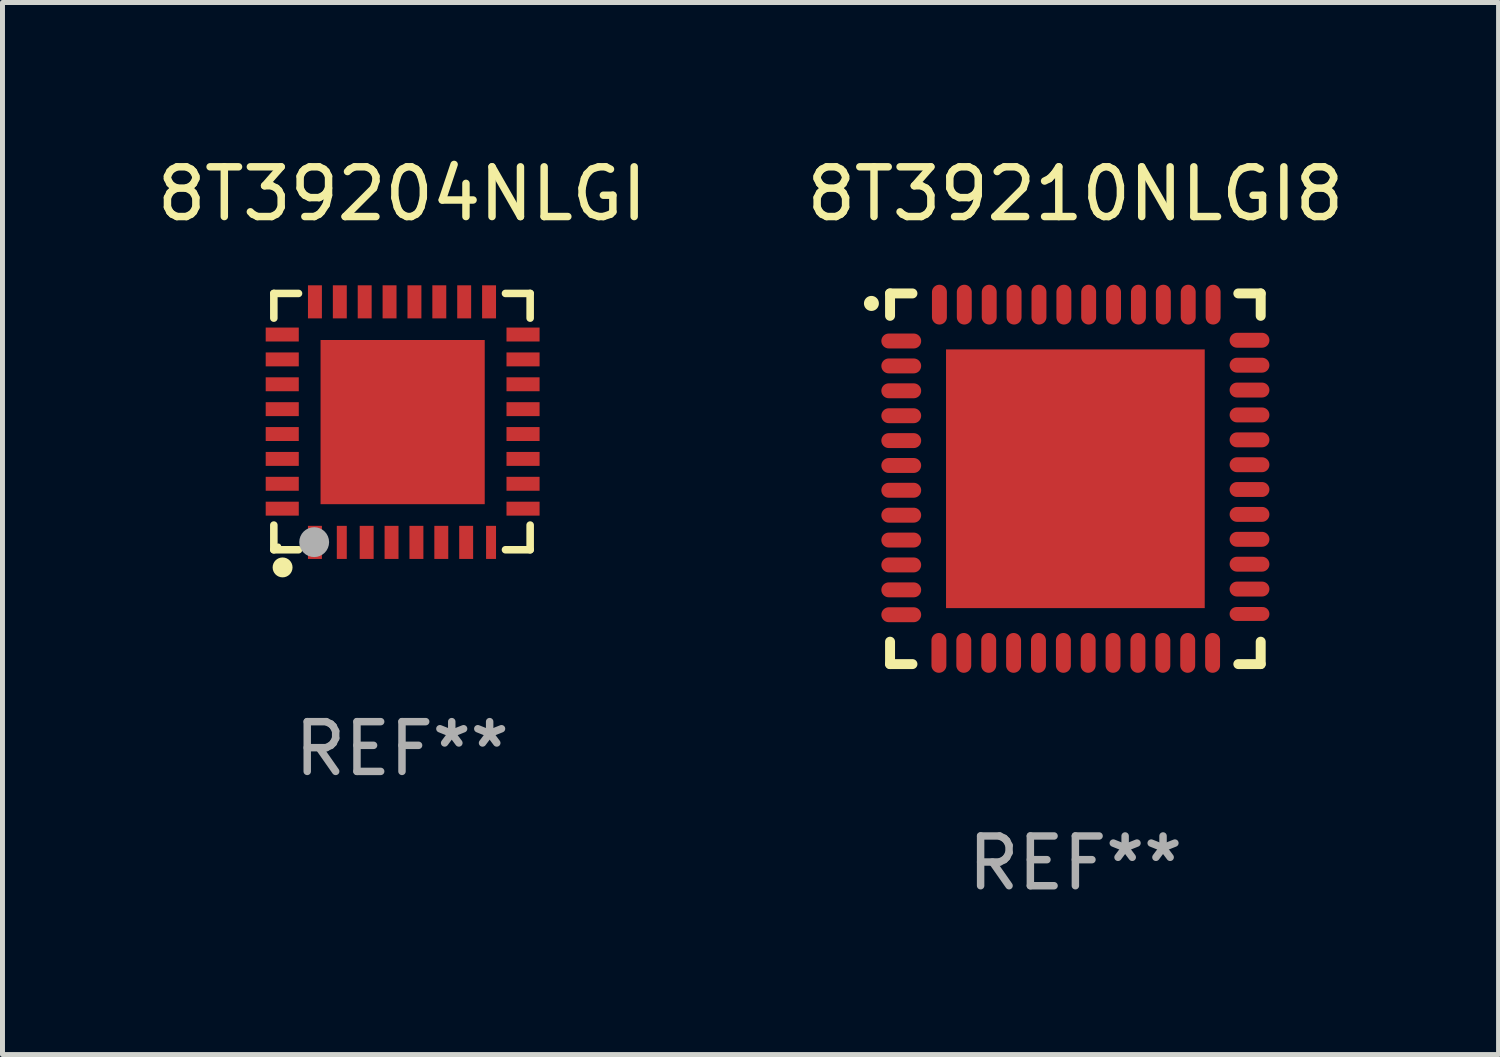
<source format=kicad_pcb>
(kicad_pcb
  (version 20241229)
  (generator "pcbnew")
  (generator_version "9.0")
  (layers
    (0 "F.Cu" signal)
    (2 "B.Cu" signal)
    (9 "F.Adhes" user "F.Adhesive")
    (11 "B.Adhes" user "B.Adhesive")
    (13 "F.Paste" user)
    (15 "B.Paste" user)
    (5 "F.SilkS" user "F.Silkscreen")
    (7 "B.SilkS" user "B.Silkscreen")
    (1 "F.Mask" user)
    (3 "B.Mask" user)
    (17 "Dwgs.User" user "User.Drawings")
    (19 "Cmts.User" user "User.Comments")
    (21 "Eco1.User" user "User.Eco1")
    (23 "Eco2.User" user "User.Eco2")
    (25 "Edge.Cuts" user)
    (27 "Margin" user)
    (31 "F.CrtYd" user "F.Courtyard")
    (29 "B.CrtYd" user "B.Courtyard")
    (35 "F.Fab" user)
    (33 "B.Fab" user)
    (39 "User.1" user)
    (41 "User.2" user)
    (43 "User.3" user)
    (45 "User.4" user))
  (footprint "8T39204NLGI"
    (layer "F.Cu")
    (at 5.03 5.424)
    (property "Reference" "8T39204NLGI" (at 0 -4.576 0) (layer "F.SilkS") (effects (font (size 1 1) (thickness 0.15))))
    (attr through_hole)
    (fp_line (start -2.576 -2.576) (end -2.576 -2.08) (stroke (width 0.152) (type solid)) (layer "F.SilkS"))
    (fp_line (start -2.576 2.576) (end -2.576 2.08) (stroke (width 0.152) (type solid)) (layer "F.SilkS"))
    (fp_line (start -2.08 -2.576) (end -2.576 -2.576) (stroke (width 0.152) (type solid)) (layer "F.SilkS"))
    (fp_line (start -2.08 2.576) (end -2.576 2.576) (stroke (width 0.152) (type solid)) (layer "F.SilkS"))
    (fp_line (start 2.08 -2.576) (end 2.576 -2.576) (stroke (width 0.152) (type solid)) (layer "F.SilkS"))
    (fp_line (start 2.08 2.576) (end 2.576 2.576) (stroke (width 0.152) (type solid)) (layer "F.SilkS"))
    (fp_line (start 2.576 -2.576) (end 2.576 -2.08) (stroke (width 0.152) (type solid)) (layer "F.SilkS"))
    (fp_line (start 2.576 2.576) (end 2.576 2.08) (stroke (width 0.152) (type solid)) (layer "F.SilkS"))
    (fp_circle (center -2.487 2.51) (end -2.457 2.51) (stroke (width 0.06) (type solid)) (fill no) (layer "F.SilkS"))
    (fp_circle (center -2.4 2.931) (end -2.3 2.931) (stroke (width 0.2) (type solid)) (fill no) (layer "F.SilkS"))
    (fp_circle (center -1.765 2.423) (end -1.615 2.423) (stroke (width 0.3) (type solid)) (fill no) (layer "F.Fab"))
    (fp_text user "REF**" (at 0 6.576 0) (layer "F.Fab") (effects (font (size 1 1) (thickness 0.15))))
    (pad "1" smd rect (at -1.75 2.428) (size 0.28 0.665) (layers "F.Cu" "F.Mask" "F.Paste"))
    (pad "2" smd rect (at -1.21 2.428) (size 0.2 0.665) (layers "F.Cu" "F.Mask" "F.Paste"))
    (pad "3" smd rect (at -0.71 2.428) (size 0.28 0.665) (layers "F.Cu" "F.Mask" "F.Paste"))
    (pad "4" smd rect (at -0.21 2.428) (size 0.28 0.665) (layers "F.Cu" "F.Mask" "F.Paste"))
    (pad "5" smd rect (at 0.29 2.428) (size 0.28 0.665) (layers "F.Cu" "F.Mask" "F.Paste"))
    (pad "6" smd rect (at 0.79 2.428) (size 0.28 0.665) (layers "F.Cu" "F.Mask" "F.Paste"))
    (pad "7" smd rect (at 1.29 2.428) (size 0.28 0.665) (layers "F.Cu" "F.Mask" "F.Paste"))
    (pad "8" smd rect (at 1.79 2.428) (size 0.2 0.665) (layers "F.Cu" "F.Mask" "F.Paste"))
    (pad "9" smd rect (at 2.433 1.75) (size 0.665 0.28) (layers "F.Cu" "F.Mask" "F.Paste"))
    (pad "10" smd rect (at 2.433 1.25) (size 0.665 0.28) (layers "F.Cu" "F.Mask" "F.Paste"))
    (pad "11" smd rect (at 2.433 0.75) (size 0.665 0.28) (layers "F.Cu" "F.Mask" "F.Paste"))
    (pad "12" smd rect (at 2.433 0.25) (size 0.665 0.28) (layers "F.Cu" "F.Mask" "F.Paste"))
    (pad "13" smd rect (at 2.433 -0.25) (size 0.665 0.28) (layers "F.Cu" "F.Mask" "F.Paste"))
    (pad "14" smd rect (at 2.433 -0.75) (size 0.665 0.28) (layers "F.Cu" "F.Mask" "F.Paste"))
    (pad "15" smd rect (at 2.433 -1.25) (size 0.665 0.28) (layers "F.Cu" "F.Mask" "F.Paste"))
    (pad "16" smd rect (at 2.433 -1.75) (size 0.665 0.28) (layers "F.Cu" "F.Mask" "F.Paste"))
    (pad "17" smd rect (at 1.75 -2.407) (size 0.28 0.665) (layers "F.Cu" "F.Mask" "F.Paste"))
    (pad "18" smd rect (at 1.25 -2.407) (size 0.28 0.665) (layers "F.Cu" "F.Mask" "F.Paste"))
    (pad "19" smd rect (at 0.75 -2.407) (size 0.28 0.665) (layers "F.Cu" "F.Mask" "F.Paste"))
    (pad "20" smd rect (at 0.25 -2.407) (size 0.28 0.665) (layers "F.Cu" "F.Mask" "F.Paste"))
    (pad "21" smd rect (at -0.25 -2.407) (size 0.28 0.665) (layers "F.Cu" "F.Mask" "F.Paste"))
    (pad "22" smd rect (at -0.75 -2.407) (size 0.28 0.665) (layers "F.Cu" "F.Mask" "F.Paste"))
    (pad "23" smd rect (at -1.25 -2.407) (size 0.28 0.665) (layers "F.Cu" "F.Mask" "F.Paste"))
    (pad "24" smd rect (at -1.75 -2.407) (size 0.28 0.665) (layers "F.Cu" "F.Mask" "F.Paste"))
    (pad "25" smd rect (at -2.407 -1.75) (size 0.665 0.28) (layers "F.Cu" "F.Mask" "F.Paste"))
    (pad "26" smd rect (at -2.407 -1.25) (size 0.665 0.28) (layers "F.Cu" "F.Mask" "F.Paste"))
    (pad "27" smd rect (at -2.407 -0.75) (size 0.665 0.28) (layers "F.Cu" "F.Mask" "F.Paste"))
    (pad "28" smd rect (at -2.407 -0.25) (size 0.665 0.28) (layers "F.Cu" "F.Mask" "F.Paste"))
    (pad "29" smd rect (at -2.407 0.25) (size 0.665 0.28) (layers "F.Cu" "F.Mask" "F.Paste"))
    (pad "30" smd rect (at -2.407 0.75) (size 0.665 0.28) (layers "F.Cu" "F.Mask" "F.Paste"))
    (pad "31" smd rect (at -2.407 1.25) (size 0.665 0.28) (layers "F.Cu" "F.Mask" "F.Paste"))
    (pad "32" smd rect (at -2.407 1.75) (size 0.665 0.28) (layers "F.Cu" "F.Mask" "F.Paste"))
    (pad "33" smd rect (at 0.013 0.01) (size 3.3 3.3) (layers "F.Cu" "F.Mask" "F.Paste")))
  (footprint "8T39210NLGI8"
    (layer "F.Cu")
    (at 18.565 6.573)
    (property "Reference" "8T39210NLGI8" (at 0 -5.725 0) (layer "F.SilkS") (effects (font (size 1 1) (thickness 0.15))))
    (attr through_hole)
    (fp_line (start -3.725 -3.725) (end -3.275 -3.725) (stroke (width 0.2) (type solid)) (layer "F.SilkS"))
    (fp_line (start -3.725 -3.275) (end -3.725 -3.725) (stroke (width 0.2) (type solid)) (layer "F.SilkS"))
    (fp_line (start -3.725 3.275) (end -3.725 3.725) (stroke (width 0.2) (type solid)) (layer "F.SilkS"))
    (fp_line (start -3.725 3.725) (end -3.275 3.725) (stroke (width 0.2) (type solid)) (layer "F.SilkS"))
    (fp_line (start 3.275 -3.725) (end 3.725 -3.725) (stroke (width 0.2) (type solid)) (layer "F.SilkS"))
    (fp_line (start 3.275 3.725) (end 3.725 3.725) (stroke (width 0.2) (type solid)) (layer "F.SilkS"))
    (fp_line (start 3.725 -3.725) (end 3.725 -3.275) (stroke (width 0.2) (type solid)) (layer "F.SilkS"))
    (fp_line (start 3.725 3.725) (end 3.725 3.275) (stroke (width 0.2) (type solid)) (layer "F.SilkS"))
    (fp_arc (start -4.099568 -3.522987) (mid -4.099573 -3.524257) (end -4.099568 -3.525527) (stroke (width 0.3) (type solid)) (layer "F.SilkS"))
    (fp_text user "REF**" (at 0 7.725 0) (layer "F.Fab") (effects (font (size 1 1) (thickness 0.15))))
    (pad "1" smd oval (at -3.5 -2.769 90) (size 0.3 0.8) (layers "F.Cu" "F.Mask" "F.Paste"))
    (pad "2" smd oval (at -3.5 -2.268 90) (size 0.3 0.8) (layers "F.Cu" "F.Mask" "F.Paste"))
    (pad "3" smd oval (at -3.5 -1.768 90) (size 0.3 0.8) (layers "F.Cu" "F.Mask" "F.Paste"))
    (pad "4" smd oval (at -3.5 -1.267 90) (size 0.3 0.8) (layers "F.Cu" "F.Mask" "F.Paste"))
    (pad "5" smd oval (at -3.5 -0.767 90) (size 0.3 0.8) (layers "F.Cu" "F.Mask" "F.Paste"))
    (pad "6" smd oval (at -3.5 -0.267 90) (size 0.3 0.8) (layers "F.Cu" "F.Mask" "F.Paste"))
    (pad "7" smd oval (at -3.5 0.231 90) (size 0.3 0.8) (layers "F.Cu" "F.Mask" "F.Paste"))
    (pad "8" smd oval (at -3.5 0.732 90) (size 0.3 0.8) (layers "F.Cu" "F.Mask" "F.Paste"))
    (pad "9" smd oval (at -3.5 1.232 90) (size 0.3 0.8) (layers "F.Cu" "F.Mask" "F.Paste"))
    (pad "10" smd oval (at -3.5 1.732 90) (size 0.3 0.8) (layers "F.Cu" "F.Mask" "F.Paste"))
    (pad "11" smd oval (at -3.5 2.233 90) (size 0.3 0.8) (layers "F.Cu" "F.Mask" "F.Paste"))
    (pad "12" smd oval (at -3.5 2.733 90) (size 0.3 0.8) (layers "F.Cu" "F.Mask" "F.Paste"))
    (pad "13" smd oval (at -2.743 3.5) (size 0.3 0.8) (layers "F.Cu" "F.Mask" "F.Paste"))
    (pad "14" smd oval (at -2.243 3.5) (size 0.3 0.8) (layers "F.Cu" "F.Mask" "F.Paste"))
    (pad "15" smd oval (at -1.742 3.5) (size 0.3 0.8) (layers "F.Cu" "F.Mask" "F.Paste"))
    (pad "16" smd oval (at -1.242 3.5) (size 0.3 0.8) (layers "F.Cu" "F.Mask" "F.Paste"))
    (pad "17" smd oval (at -0.742 3.5) (size 0.3 0.8) (layers "F.Cu" "F.Mask" "F.Paste"))
    (pad "18" smd oval (at -0.241 3.5) (size 0.3 0.8) (layers "F.Cu" "F.Mask" "F.Paste"))
    (pad "19" smd oval (at 0.257 3.5) (size 0.3 0.8) (layers "F.Cu" "F.Mask" "F.Paste"))
    (pad "20" smd oval (at 0.757 3.5) (size 0.3 0.8) (layers "F.Cu" "F.Mask" "F.Paste"))
    (pad "21" smd oval (at 1.257 3.5) (size 0.3 0.8) (layers "F.Cu" "F.Mask" "F.Paste"))
    (pad "22" smd oval (at 1.758 3.5) (size 0.3 0.8) (layers "F.Cu" "F.Mask" "F.Paste"))
    (pad "23" smd oval (at 2.258 3.5) (size 0.3 0.8) (layers "F.Cu" "F.Mask" "F.Paste"))
    (pad "24" smd oval (at 2.758 3.5) (size 0.3 0.8) (layers "F.Cu" "F.Mask" "F.Paste"))
    (pad "25" smd oval (at 3.5 2.718 90) (size 0.28 0.8) (layers "F.Cu" "F.Mask" "F.Paste"))
    (pad "26" smd oval (at 3.5 2.217 90) (size 0.3 0.8) (layers "F.Cu" "F.Mask" "F.Paste"))
    (pad "27" smd oval (at 3.5 1.717 90) (size 0.3 0.8) (layers "F.Cu" "F.Mask" "F.Paste"))
    (pad "28" smd oval (at 3.5 1.217 90) (size 0.3 0.8) (layers "F.Cu" "F.Mask" "F.Paste"))
    (pad "29" smd oval (at 3.5 0.716 90) (size 0.3 0.8) (layers "F.Cu" "F.Mask" "F.Paste"))
    (pad "30" smd oval (at 3.5 0.216 90) (size 0.3 0.8) (layers "F.Cu" "F.Mask" "F.Paste"))
    (pad "31" smd oval (at 3.5 -0.282 90) (size 0.3 0.8) (layers "F.Cu" "F.Mask" "F.Paste"))
    (pad "32" smd oval (at 3.5 -0.782 90) (size 0.3 0.8) (layers "F.Cu" "F.Mask" "F.Paste"))
    (pad "33" smd oval (at 3.5 -1.283 90) (size 0.3 0.8) (layers "F.Cu" "F.Mask" "F.Paste"))
    (pad "34" smd oval (at 3.5 -1.783 90) (size 0.3 0.8) (layers "F.Cu" "F.Mask" "F.Paste"))
    (pad "35" smd oval (at 3.5 -2.283 90) (size 0.3 0.8) (layers "F.Cu" "F.Mask" "F.Paste"))
    (pad "36" smd oval (at 3.5 -2.784 90) (size 0.3 0.8) (layers "F.Cu" "F.Mask" "F.Paste"))
    (pad "37" smd oval (at 2.769 -3.5) (size 0.3 0.8) (layers "F.Cu" "F.Mask" "F.Paste"))
    (pad "38" smd oval (at 2.268 -3.5) (size 0.3 0.8) (layers "F.Cu" "F.Mask" "F.Paste"))
    (pad "39" smd oval (at 1.768 -3.5) (size 0.3 0.8) (layers "F.Cu" "F.Mask" "F.Paste"))
    (pad "40" smd oval (at 1.267 -3.5) (size 0.3 0.8) (layers "F.Cu" "F.Mask" "F.Paste"))
    (pad "41" smd oval (at 0.767 -3.5) (size 0.3 0.8) (layers "F.Cu" "F.Mask" "F.Paste"))
    (pad "42" smd oval (at 0.267 -3.5) (size 0.3 0.8) (layers "F.Cu" "F.Mask" "F.Paste"))
    (pad "43" smd oval (at -0.231 -3.5) (size 0.3 0.8) (layers "F.Cu" "F.Mask" "F.Paste"))
    (pad "44" smd oval (at -0.732 -3.5) (size 0.3 0.8) (layers "F.Cu" "F.Mask" "F.Paste"))
    (pad "45" smd oval (at -1.232 -3.5) (size 0.3 0.8) (layers "F.Cu" "F.Mask" "F.Paste"))
    (pad "46" smd oval (at -1.732 -3.5) (size 0.3 0.8) (layers "F.Cu" "F.Mask" "F.Paste"))
    (pad "47" smd oval (at -2.233 -3.5) (size 0.3 0.8) (layers "F.Cu" "F.Mask" "F.Paste"))
    (pad "48" smd oval (at -2.733 -3.5) (size 0.3 0.8) (layers "F.Cu" "F.Mask" "F.Paste"))
    (pad "49" smd rect (at 0 0) (size 5.2 5.2) (layers "F.Cu" "F.Mask" "F.Paste")))
  (gr_rect
    (start -3 -3)
    (end 27.071 18.146)
    (stroke (width 0.1) (type default))
    (fill no)
    (layer "Edge.Cuts")))
</source>
